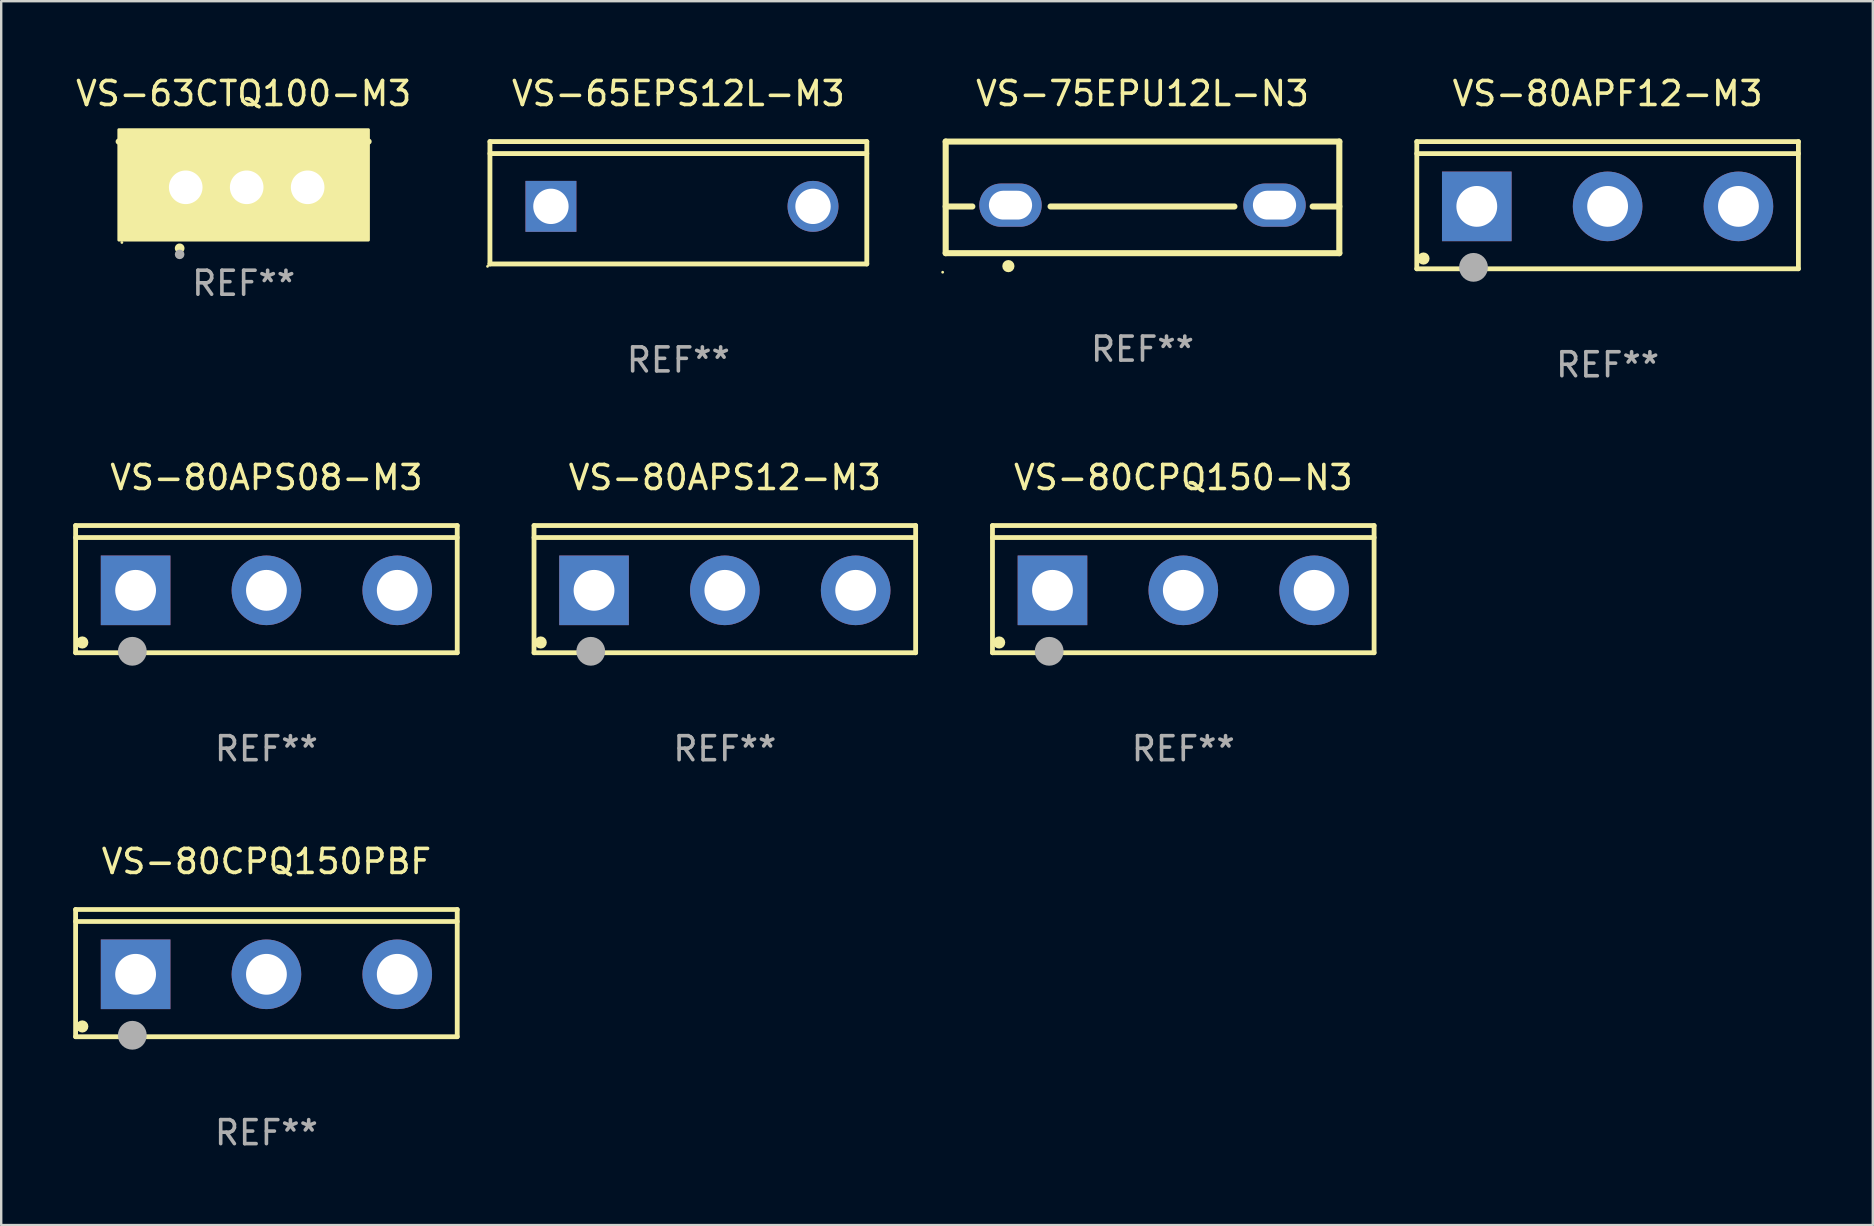
<source format=kicad_pcb>
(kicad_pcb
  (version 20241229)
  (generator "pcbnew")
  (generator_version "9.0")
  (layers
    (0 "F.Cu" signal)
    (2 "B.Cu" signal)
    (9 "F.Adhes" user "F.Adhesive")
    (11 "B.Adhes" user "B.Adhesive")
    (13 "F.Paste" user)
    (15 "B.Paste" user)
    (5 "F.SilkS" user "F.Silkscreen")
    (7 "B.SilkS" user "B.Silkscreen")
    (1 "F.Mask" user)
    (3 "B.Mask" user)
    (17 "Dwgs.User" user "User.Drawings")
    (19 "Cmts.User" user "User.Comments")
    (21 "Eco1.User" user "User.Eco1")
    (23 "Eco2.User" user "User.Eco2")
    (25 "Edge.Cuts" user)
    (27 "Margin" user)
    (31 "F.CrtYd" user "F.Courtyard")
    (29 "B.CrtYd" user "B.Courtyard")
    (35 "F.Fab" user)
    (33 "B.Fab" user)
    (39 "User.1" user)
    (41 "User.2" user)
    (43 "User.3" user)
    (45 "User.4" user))
  (footprint "VS-80APS12-M3"
    (layer "F.Cu")
    (at 27.15 21.496)
    (property "Reference" "VS-80APS12-M3" (at 0 -4.65 0) (layer "F.SilkS") (effects (font (size 1 1) (thickness 0.15))))
    (attr through_hole)
    (fp_line (start -7.95 -2.65) (end -7.95 2.65) (stroke (width 0.2) (type solid)) (layer "F.SilkS"))
    (fp_line (start -7.95 -2.15) (end 7.95 -2.15) (stroke (width 0.2) (type solid)) (layer "F.SilkS"))
    (fp_line (start -7.95 2.65) (end 7.95 2.65) (stroke (width 0.2) (type solid)) (layer "F.SilkS"))
    (fp_line (start 7.95 -2.65) (end -7.95 -2.65) (stroke (width 0.2) (type solid)) (layer "F.SilkS"))
    (fp_line (start 7.95 2.65) (end 7.95 -2.65) (stroke (width 0.2) (type solid)) (layer "F.SilkS"))
    (fp_circle (center -7.672 2.223) (end -7.545 2.223) (stroke (width 0.254) (type solid)) (fill no) (layer "F.SilkS"))
    (fp_circle (center -5.587 2.59) (end -5.287 2.59) (stroke (width 0.6) (type solid)) (fill no) (layer "F.Fab"))
    (fp_text user "REF**" (at 0 6.65 0) (layer "F.Fab") (effects (font (size 1 1) (thickness 0.15))))
    (pad "1" thru_hole rect (at -5.45 0.05) (size 2.9 2.9) (drill 1.7) (layers "*.Cu" "*.Mask"))
    (pad "2" thru_hole circle (at 0.001 0.05) (size 2.9 2.9) (drill 1.7) (layers "*.Cu" "*.Mask"))
    (pad "3" thru_hole circle (at 5.451 0.05) (size 2.9 2.9) (drill 1.7) (layers "*.Cu" "*.Mask")))
  (footprint "VS-80APF12-M3"
    (layer "F.Cu")
    (at 63.93 5.499)
    (property "Reference" "VS-80APF12-M3" (at 0 -4.65 0) (layer "F.SilkS") (effects (font (size 1 1) (thickness 0.15))))
    (attr through_hole)
    (fp_line (start -7.95 -2.65) (end -7.95 2.65) (stroke (width 0.2) (type solid)) (layer "F.SilkS"))
    (fp_line (start -7.95 -2.15) (end 7.95 -2.15) (stroke (width 0.2) (type solid)) (layer "F.SilkS"))
    (fp_line (start -7.95 2.65) (end 7.95 2.65) (stroke (width 0.2) (type solid)) (layer "F.SilkS"))
    (fp_line (start 7.95 -2.65) (end -7.95 -2.65) (stroke (width 0.2) (type solid)) (layer "F.SilkS"))
    (fp_line (start 7.95 2.65) (end 7.95 -2.65) (stroke (width 0.2) (type solid)) (layer "F.SilkS"))
    (fp_circle (center -7.672 2.223) (end -7.545 2.223) (stroke (width 0.254) (type solid)) (fill no) (layer "F.SilkS"))
    (fp_circle (center -5.587 2.59) (end -5.287 2.59) (stroke (width 0.6) (type solid)) (fill no) (layer "F.Fab"))
    (fp_text user "REF**" (at 0 6.65 0) (layer "F.Fab") (effects (font (size 1 1) (thickness 0.15))))
    (pad "1" thru_hole rect (at -5.45 0.05) (size 2.9 2.9) (drill 1.7) (layers "*.Cu" "*.Mask"))
    (pad "2" thru_hole circle (at 0.001 0.05) (size 2.9 2.9) (drill 1.7) (layers "*.Cu" "*.Mask"))
    (pad "3" thru_hole circle (at 5.451 0.05) (size 2.9 2.9) (drill 1.7) (layers "*.Cu" "*.Mask")))
  (footprint "VS-80APS08-M3"
    (layer "F.Cu")
    (at 8.05 21.496)
    (property "Reference" "VS-80APS08-M3" (at 0 -4.65 0) (layer "F.SilkS") (effects (font (size 1 1) (thickness 0.15))))
    (attr through_hole)
    (fp_line (start -7.95 -2.65) (end -7.95 2.65) (stroke (width 0.2) (type solid)) (layer "F.SilkS"))
    (fp_line (start -7.95 -2.15) (end 7.95 -2.15) (stroke (width 0.2) (type solid)) (layer "F.SilkS"))
    (fp_line (start -7.95 2.65) (end 7.95 2.65) (stroke (width 0.2) (type solid)) (layer "F.SilkS"))
    (fp_line (start 7.95 -2.65) (end -7.95 -2.65) (stroke (width 0.2) (type solid)) (layer "F.SilkS"))
    (fp_line (start 7.95 2.65) (end 7.95 -2.65) (stroke (width 0.2) (type solid)) (layer "F.SilkS"))
    (fp_circle (center -7.672 2.223) (end -7.545 2.223) (stroke (width 0.254) (type solid)) (fill no) (layer "F.SilkS"))
    (fp_circle (center -5.587 2.59) (end -5.287 2.59) (stroke (width 0.6) (type solid)) (fill no) (layer "F.Fab"))
    (fp_text user "REF**" (at 0 6.65 0) (layer "F.Fab") (effects (font (size 1 1) (thickness 0.15))))
    (pad "1" thru_hole rect (at -5.45 0.05) (size 2.9 2.9) (drill 1.7) (layers "*.Cu" "*.Mask"))
    (pad "2" thru_hole circle (at 0.001 0.05) (size 2.9 2.9) (drill 1.7) (layers "*.Cu" "*.Mask"))
    (pad "3" thru_hole circle (at 5.451 0.05) (size 2.9 2.9) (drill 1.7) (layers "*.Cu" "*.Mask")))
  (footprint "VS-80CPQ150-N3"
    (layer "F.Cu")
    (at 46.251 21.496)
    (property "Reference" "VS-80CPQ150-N3" (at 0 -4.65 0) (layer "F.SilkS") (effects (font (size 1 1) (thickness 0.15))))
    (attr through_hole)
    (fp_line (start -7.95 -2.65) (end -7.95 2.65) (stroke (width 0.2) (type solid)) (layer "F.SilkS"))
    (fp_line (start -7.95 -2.15) (end 7.95 -2.15) (stroke (width 0.2) (type solid)) (layer "F.SilkS"))
    (fp_line (start -7.95 2.65) (end 7.95 2.65) (stroke (width 0.2) (type solid)) (layer "F.SilkS"))
    (fp_line (start 7.95 -2.65) (end -7.95 -2.65) (stroke (width 0.2) (type solid)) (layer "F.SilkS"))
    (fp_line (start 7.95 2.65) (end 7.95 -2.65) (stroke (width 0.2) (type solid)) (layer "F.SilkS"))
    (fp_circle (center -7.672 2.223) (end -7.545 2.223) (stroke (width 0.254) (type solid)) (fill no) (layer "F.SilkS"))
    (fp_circle (center -5.587 2.59) (end -5.287 2.59) (stroke (width 0.6) (type solid)) (fill no) (layer "F.Fab"))
    (fp_text user "REF**" (at 0 6.65 0) (layer "F.Fab") (effects (font (size 1 1) (thickness 0.15))))
    (pad "1" thru_hole rect (at -5.45 0.05) (size 2.9 2.9) (drill 1.7) (layers "*.Cu" "*.Mask"))
    (pad "2" thru_hole circle (at 0.001 0.05) (size 2.9 2.9) (drill 1.7) (layers "*.Cu" "*.Mask"))
    (pad "3" thru_hole circle (at 5.451 0.05) (size 2.9 2.9) (drill 1.7) (layers "*.Cu" "*.Mask")))
  (footprint "VS-75EPU12L-N3"
    (layer "F.Cu")
    (at 44.552 5.173)
    (property "Reference" "VS-75EPU12L-N3" (at 0 -4.325 0) (layer "F.SilkS") (effects (font (size 1 1) (thickness 0.15))))
    (attr through_hole)
    (fp_line (start -8.2 -2.325) (end -8.2 2.325) (stroke (width 0.254) (type solid)) (layer "F.SilkS"))
    (fp_line (start -8.2 -2.325) (end 8.2 -2.325) (stroke (width 0.254) (type solid)) (layer "F.SilkS"))
    (fp_line (start -8.2 0.38) (end -7.09 0.38) (stroke (width 0.254) (type solid)) (layer "F.SilkS"))
    (fp_line (start -8.2 2.325) (end 8.2 2.325) (stroke (width 0.254) (type solid)) (layer "F.SilkS"))
    (fp_line (start -3.83 0.38) (end 3.83 0.38) (stroke (width 0.254) (type solid)) (layer "F.SilkS"))
    (fp_line (start 7.09 0.38) (end 8.2 0.38) (stroke (width 0.254) (type solid)) (layer "F.SilkS"))
    (fp_line (start 8.2 -2.325) (end 8.2 2.325) (stroke (width 0.254) (type solid)) (layer "F.SilkS"))
    (fp_circle (center -8.327 3.119) (end -8.297 3.119) (stroke (width 0.06) (type solid)) (fill no) (layer "F.SilkS"))
    (fp_circle (center -5.588 2.865) (end -5.461 2.865) (stroke (width 0.254) (type solid)) (fill no) (layer "F.SilkS"))
    (fp_text user "REF**" (at 0 6.325 0) (layer "F.Fab") (effects (font (size 1 1) (thickness 0.15))))
    (pad "1" thru_hole oval (at -5.5 0.325) (size 2.6 1.8) (drill oval 1.8 1.2) (layers "*.Cu" "*.Mask"))
    (pad "3" thru_hole oval (at 5.5 0.325) (size 2.6 1.8) (drill oval 1.8 1.2) (layers "*.Cu" "*.Mask")))
  (footprint "VS-80CPQ150PBF"
    (layer "F.Cu")
    (at 8.05 37.494)
    (property "Reference" "VS-80CPQ150PBF" (at 0 -4.65 0) (layer "F.SilkS") (effects (font (size 1 1) (thickness 0.15))))
    (attr through_hole)
    (fp_line (start -7.95 -2.65) (end -7.95 2.65) (stroke (width 0.2) (type solid)) (layer "F.SilkS"))
    (fp_line (start -7.95 -2.15) (end 7.95 -2.15) (stroke (width 0.2) (type solid)) (layer "F.SilkS"))
    (fp_line (start -7.95 2.65) (end 7.95 2.65) (stroke (width 0.2) (type solid)) (layer "F.SilkS"))
    (fp_line (start 7.95 -2.65) (end -7.95 -2.65) (stroke (width 0.2) (type solid)) (layer "F.SilkS"))
    (fp_line (start 7.95 2.65) (end 7.95 -2.65) (stroke (width 0.2) (type solid)) (layer "F.SilkS"))
    (fp_circle (center -7.672 2.223) (end -7.545 2.223) (stroke (width 0.254) (type solid)) (fill no) (layer "F.SilkS"))
    (fp_circle (center -5.587 2.59) (end -5.287 2.59) (stroke (width 0.6) (type solid)) (fill no) (layer "F.Fab"))
    (fp_text user "REF**" (at 0 6.65 0) (layer "F.Fab") (effects (font (size 1 1) (thickness 0.15))))
    (pad "1" thru_hole rect (at -5.45 0.05) (size 2.9 2.9) (drill 1.7) (layers "*.Cu" "*.Mask"))
    (pad "2" thru_hole circle (at 0.001 0.05) (size 2.9 2.9) (drill 1.7) (layers "*.Cu" "*.Mask"))
    (pad "3" thru_hole circle (at 5.451 0.05) (size 2.9 2.9) (drill 1.7) (layers "*.Cu" "*.Mask")))
  (footprint "VS-65EPS12L-M3"
    (layer "F.Cu")
    (at 25.214 5.398)
    (property "Reference" "VS-65EPS12L-M3" (at 0 -4.55 0) (layer "F.SilkS") (effects (font (size 1 1) (thickness 0.15))))
    (attr through_hole)
    (fp_line (start -7.851 -2.55) (end 7.851 -2.55) (stroke (width 0.201) (type solid)) (layer "F.SilkS"))
    (fp_line (start -7.851 -2.05) (end 7.851 -2.05) (stroke (width 0.201) (type solid)) (layer "F.SilkS"))
    (fp_line (start -7.851 2.55) (end -7.851 -2.55) (stroke (width 0.201) (type solid)) (layer "F.SilkS"))
    (fp_line (start 7.851 -2.55) (end 7.851 2.55) (stroke (width 0.201) (type solid)) (layer "F.SilkS"))
    (fp_line (start 7.851 2.55) (end -7.851 2.55) (stroke (width 0.201) (type solid)) (layer "F.SilkS"))
    (fp_circle (center -7.951 2.65) (end -7.921 2.65) (stroke (width 0.06) (type solid)) (fill no) (layer "F.SilkS"))
    (fp_text user "REF**" (at 0 6.55 0) (layer "F.Fab") (effects (font (size 1 1) (thickness 0.15))))
    (pad "1" thru_hole rect (at -5.31 0.15) (size 2.121 2.121) (drill 1.473) (layers "*.Cu" "*.Mask"))
    (pad "3" thru_hole circle (at 5.61 0.15) (size 2.121 2.121) (drill 1.473) (layers "*.Cu" "*.Mask")))
  (footprint "VS-63CTQ100-M3"
    (layer "F.Cu")
    (at 7.101 3.801)
    (property "Reference" "VS-63CTQ100-M3" (at 0 -2.953 0) (layer "F.SilkS") (effects (font (size 1 1) (thickness 0.15))))
    (attr through_hole)
    (fp_line (start 5.207 -0.953) (end -5.207 -0.953) (stroke (width 0.254) (type solid)) (layer "F.SilkS"))
    (fp_arc (start -2.66698 3.49252) (mid -2.66571 3.492516) (end -2.66444 3.49252) (stroke (width 0.4) (type solid)) (layer "F.SilkS"))
    (fp_circle (center -5.073 3.252) (end -5.043 3.252) (stroke (width 0.06) (type solid)) (fill no) (layer "F.SilkS"))
    (fp_poly (pts (xy -5.2 -1.448) (xy 5.2 -1.448) (xy 5.2 3.152) (xy -5.2 3.152)) (stroke (width 0.12) (type solid)) (fill yes) (layer "F.SilkS"))
    (fp_circle (center -2.667 3.747) (end -2.567 3.747) (stroke (width 0.2) (type solid)) (fill no) (layer "F.Fab"))
    (fp_text user "REF**" (at 0 4.953 0) (layer "F.Fab") (effects (font (size 1 1) (thickness 0.15))))
    (pad "1" thru_hole rect (at -2.413 0.953) (size 2 2.5) (drill 1.4) (layers "*.Cu" "*.Mask"))
    (pad "2" thru_hole oval (at 0.127 0.953) (size 2 2.5) (drill 1.4) (layers "*.Cu" "*.Mask"))
    (pad "3" thru_hole oval (at 2.667 0.953) (size 2 2.5) (drill 1.4) (layers "*.Cu" "*.Mask")))
  (gr_rect
    (start -3 -3)
    (end 74.98 47.992)
    (stroke (width 0.1) (type default))
    (fill no)
    (layer "Edge.Cuts")))
</source>
